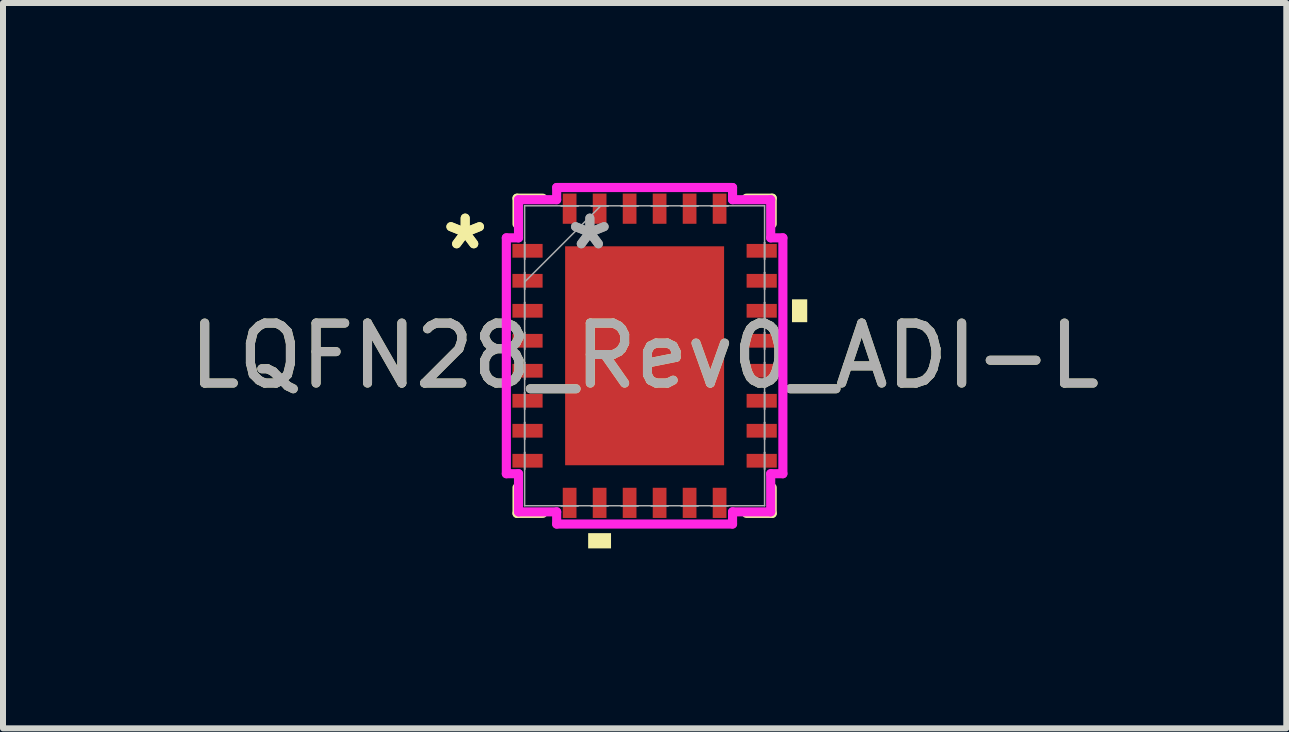
<source format=kicad_pcb>
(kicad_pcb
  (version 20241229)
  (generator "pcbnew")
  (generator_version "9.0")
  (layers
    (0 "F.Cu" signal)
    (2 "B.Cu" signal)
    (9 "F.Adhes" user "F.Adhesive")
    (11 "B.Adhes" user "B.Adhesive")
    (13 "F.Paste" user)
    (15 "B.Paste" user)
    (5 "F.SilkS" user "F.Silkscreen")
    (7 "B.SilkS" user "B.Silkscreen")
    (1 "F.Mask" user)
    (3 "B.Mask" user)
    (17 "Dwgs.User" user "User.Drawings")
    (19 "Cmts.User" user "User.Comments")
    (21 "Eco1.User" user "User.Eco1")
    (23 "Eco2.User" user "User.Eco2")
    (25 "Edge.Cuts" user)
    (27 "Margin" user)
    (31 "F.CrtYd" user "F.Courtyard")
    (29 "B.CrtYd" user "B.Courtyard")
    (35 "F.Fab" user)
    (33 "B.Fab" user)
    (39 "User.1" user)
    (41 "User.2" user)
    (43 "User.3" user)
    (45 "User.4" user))
  (footprint "LQFN28_Rev0_ADI-L"
    (layer "F.Cu")
    (at 7.696 2.881)
    (property "Reference" "LQFN28_Rev0_ADI-L" (at 0 0 0) (unlocked yes) (layer "F.SilkS") (effects (font (size 1 1) (thickness 0.15))))
    (attr smd)
    (fp_line (start -2.127 -2.627) (end -2.127 -2.197) (stroke (width 0.152) (type solid)) (layer "F.SilkS"))
    (fp_line (start -2.127 2.197) (end -2.127 2.627) (stroke (width 0.152) (type solid)) (layer "F.SilkS"))
    (fp_line (start -2.127 2.627) (end -1.697 2.627) (stroke (width 0.152) (type solid)) (layer "F.SilkS"))
    (fp_line (start -1.697 -2.627) (end -2.127 -2.627) (stroke (width 0.152) (type solid)) (layer "F.SilkS"))
    (fp_line (start 1.697 2.627) (end 2.127 2.627) (stroke (width 0.152) (type solid)) (layer "F.SilkS"))
    (fp_line (start 2.127 -2.627) (end 1.697 -2.627) (stroke (width 0.152) (type solid)) (layer "F.SilkS"))
    (fp_line (start 2.127 -2.197) (end 2.127 -2.627) (stroke (width 0.152) (type solid)) (layer "F.SilkS"))
    (fp_line (start 2.127 2.627) (end 2.127 2.197) (stroke (width 0.152) (type solid)) (layer "F.SilkS"))
    (fp_poly (pts (xy -0.941 2.957) (xy -0.941 3.211) (xy -0.56 3.211) (xy -0.56 2.957)) (stroke (width 0) (type solid)) (fill yes) (layer "F.SilkS"))
    (fp_poly (pts (xy 2.711 -0.941) (xy 2.711 -0.56) (xy 2.457 -0.56) (xy 2.457 -0.941)) (stroke (width 0) (type solid)) (fill yes) (layer "F.SilkS"))
    (fp_line (start -2.305 -1.966) (end -2.102 -1.966) (stroke (width 0.152) (type solid)) (layer "F.CrtYd"))
    (fp_line (start -2.305 1.966) (end -2.305 -1.966) (stroke (width 0.152) (type solid)) (layer "F.CrtYd"))
    (fp_line (start -2.102 -2.602) (end -1.466 -2.602) (stroke (width 0.152) (type solid)) (layer "F.CrtYd"))
    (fp_line (start -2.102 -1.966) (end -2.102 -2.602) (stroke (width 0.152) (type solid)) (layer "F.CrtYd"))
    (fp_line (start -2.102 1.966) (end -2.305 1.966) (stroke (width 0.152) (type solid)) (layer "F.CrtYd"))
    (fp_line (start -2.102 2.602) (end -2.102 1.966) (stroke (width 0.152) (type solid)) (layer "F.CrtYd"))
    (fp_line (start -1.466 -2.805) (end 1.466 -2.805) (stroke (width 0.152) (type solid)) (layer "F.CrtYd"))
    (fp_line (start -1.466 -2.602) (end -1.466 -2.805) (stroke (width 0.152) (type solid)) (layer "F.CrtYd"))
    (fp_line (start -1.466 2.602) (end -2.102 2.602) (stroke (width 0.152) (type solid)) (layer "F.CrtYd"))
    (fp_line (start -1.466 2.805) (end -1.466 2.602) (stroke (width 0.152) (type solid)) (layer "F.CrtYd"))
    (fp_line (start 1.466 -2.805) (end 1.466 -2.602) (stroke (width 0.152) (type solid)) (layer "F.CrtYd"))
    (fp_line (start 1.466 -2.602) (end 2.102 -2.602) (stroke (width 0.152) (type solid)) (layer "F.CrtYd"))
    (fp_line (start 1.466 2.602) (end 1.466 2.805) (stroke (width 0.152) (type solid)) (layer "F.CrtYd"))
    (fp_line (start 1.466 2.805) (end -1.466 2.805) (stroke (width 0.152) (type solid)) (layer "F.CrtYd"))
    (fp_line (start 2.102 -2.602) (end 2.102 -1.966) (stroke (width 0.152) (type solid)) (layer "F.CrtYd"))
    (fp_line (start 2.102 -1.966) (end 2.305 -1.966) (stroke (width 0.152) (type solid)) (layer "F.CrtYd"))
    (fp_line (start 2.102 1.966) (end 2.102 2.602) (stroke (width 0.152) (type solid)) (layer "F.CrtYd"))
    (fp_line (start 2.102 2.602) (end 1.466 2.602) (stroke (width 0.152) (type solid)) (layer "F.CrtYd"))
    (fp_line (start 2.305 -1.966) (end 2.305 1.966) (stroke (width 0.152) (type solid)) (layer "F.CrtYd"))
    (fp_line (start 2.305 1.966) (end 2.102 1.966) (stroke (width 0.152) (type solid)) (layer "F.CrtYd"))
    (fp_line (start -2 -2.5) (end -2 2.5) (stroke (width 0.025) (type solid)) (layer "F.Fab"))
    (fp_line (start -2 -1.89) (end -2 -1.89) (stroke (width 0.025) (type solid)) (layer "F.Fab"))
    (fp_line (start -2 -1.89) (end -2 -1.61) (stroke (width 0.025) (type solid)) (layer "F.Fab"))
    (fp_line (start -2 -1.61) (end -2 -1.89) (stroke (width 0.025) (type solid)) (layer "F.Fab"))
    (fp_line (start -2 -1.61) (end -2 -1.61) (stroke (width 0.025) (type solid)) (layer "F.Fab"))
    (fp_line (start -2 -1.39) (end -2 -1.39) (stroke (width 0.025) (type solid)) (layer "F.Fab"))
    (fp_line (start -2 -1.39) (end -2 -1.11) (stroke (width 0.025) (type solid)) (layer "F.Fab"))
    (fp_line (start -2 -1.23) (end -0.73 -2.5) (stroke (width 0.025) (type solid)) (layer "F.Fab"))
    (fp_line (start -2 -1.11) (end -2 -1.39) (stroke (width 0.025) (type solid)) (layer "F.Fab"))
    (fp_line (start -2 -1.11) (end -2 -1.11) (stroke (width 0.025) (type solid)) (layer "F.Fab"))
    (fp_line (start -2 -0.89) (end -2 -0.89) (stroke (width 0.025) (type solid)) (layer "F.Fab"))
    (fp_line (start -2 -0.89) (end -2 -0.61) (stroke (width 0.025) (type solid)) (layer "F.Fab"))
    (fp_line (start -2 -0.61) (end -2 -0.89) (stroke (width 0.025) (type solid)) (layer "F.Fab"))
    (fp_line (start -2 -0.61) (end -2 -0.61) (stroke (width 0.025) (type solid)) (layer "F.Fab"))
    (fp_line (start -2 -0.39) (end -2 -0.39) (stroke (width 0.025) (type solid)) (layer "F.Fab"))
    (fp_line (start -2 -0.39) (end -2 -0.11) (stroke (width 0.025) (type solid)) (layer "F.Fab"))
    (fp_line (start -2 -0.11) (end -2 -0.39) (stroke (width 0.025) (type solid)) (layer "F.Fab"))
    (fp_line (start -2 -0.11) (end -2 -0.11) (stroke (width 0.025) (type solid)) (layer "F.Fab"))
    (fp_line (start -2 0.11) (end -2 0.11) (stroke (width 0.025) (type solid)) (layer "F.Fab"))
    (fp_line (start -2 0.11) (end -2 0.39) (stroke (width 0.025) (type solid)) (layer "F.Fab"))
    (fp_line (start -2 0.39) (end -2 0.11) (stroke (width 0.025) (type solid)) (layer "F.Fab"))
    (fp_line (start -2 0.39) (end -2 0.39) (stroke (width 0.025) (type solid)) (layer "F.Fab"))
    (fp_line (start -2 0.61) (end -2 0.61) (stroke (width 0.025) (type solid)) (layer "F.Fab"))
    (fp_line (start -2 0.61) (end -2 0.89) (stroke (width 0.025) (type solid)) (layer "F.Fab"))
    (fp_line (start -2 0.89) (end -2 0.61) (stroke (width 0.025) (type solid)) (layer "F.Fab"))
    (fp_line (start -2 0.89) (end -2 0.89) (stroke (width 0.025) (type solid)) (layer "F.Fab"))
    (fp_line (start -2 1.11) (end -2 1.11) (stroke (width 0.025) (type solid)) (layer "F.Fab"))
    (fp_line (start -2 1.11) (end -2 1.39) (stroke (width 0.025) (type solid)) (layer "F.Fab"))
    (fp_line (start -2 1.39) (end -2 1.11) (stroke (width 0.025) (type solid)) (layer "F.Fab"))
    (fp_line (start -2 1.39) (end -2 1.39) (stroke (width 0.025) (type solid)) (layer "F.Fab"))
    (fp_line (start -2 1.61) (end -2 1.61) (stroke (width 0.025) (type solid)) (layer "F.Fab"))
    (fp_line (start -2 1.61) (end -2 1.89) (stroke (width 0.025) (type solid)) (layer "F.Fab"))
    (fp_line (start -2 1.89) (end -2 1.61) (stroke (width 0.025) (type solid)) (layer "F.Fab"))
    (fp_line (start -2 1.89) (end -2 1.89) (stroke (width 0.025) (type solid)) (layer "F.Fab"))
    (fp_line (start -2 2.5) (end 2 2.5) (stroke (width 0.025) (type solid)) (layer "F.Fab"))
    (fp_line (start -1.39 -2.5) (end -1.39 -2.5) (stroke (width 0.025) (type solid)) (layer "F.Fab"))
    (fp_line (start -1.39 -2.5) (end -1.11 -2.5) (stroke (width 0.025) (type solid)) (layer "F.Fab"))
    (fp_line (start -1.39 2.5) (end -1.39 2.5) (stroke (width 0.025) (type solid)) (layer "F.Fab"))
    (fp_line (start -1.39 2.5) (end -1.11 2.5) (stroke (width 0.025) (type solid)) (layer "F.Fab"))
    (fp_line (start -1.11 -2.5) (end -1.39 -2.5) (stroke (width 0.025) (type solid)) (layer "F.Fab"))
    (fp_line (start -1.11 -2.5) (end -1.11 -2.5) (stroke (width 0.025) (type solid)) (layer "F.Fab"))
    (fp_line (start -1.11 2.5) (end -1.39 2.5) (stroke (width 0.025) (type solid)) (layer "F.Fab"))
    (fp_line (start -1.11 2.5) (end -1.11 2.5) (stroke (width 0.025) (type solid)) (layer "F.Fab"))
    (fp_line (start -0.89 -2.5) (end -0.89 -2.5) (stroke (width 0.025) (type solid)) (layer "F.Fab"))
    (fp_line (start -0.89 -2.5) (end -0.61 -2.5) (stroke (width 0.025) (type solid)) (layer "F.Fab"))
    (fp_line (start -0.89 2.5) (end -0.89 2.5) (stroke (width 0.025) (type solid)) (layer "F.Fab"))
    (fp_line (start -0.89 2.5) (end -0.61 2.5) (stroke (width 0.025) (type solid)) (layer "F.Fab"))
    (fp_line (start -0.61 -2.5) (end -0.89 -2.5) (stroke (width 0.025) (type solid)) (layer "F.Fab"))
    (fp_line (start -0.61 -2.5) (end -0.61 -2.5) (stroke (width 0.025) (type solid)) (layer "F.Fab"))
    (fp_line (start -0.61 2.5) (end -0.89 2.5) (stroke (width 0.025) (type solid)) (layer "F.Fab"))
    (fp_line (start -0.61 2.5) (end -0.61 2.5) (stroke (width 0.025) (type solid)) (layer "F.Fab"))
    (fp_line (start -0.39 -2.5) (end -0.39 -2.5) (stroke (width 0.025) (type solid)) (layer "F.Fab"))
    (fp_line (start -0.39 -2.5) (end -0.11 -2.5) (stroke (width 0.025) (type solid)) (layer "F.Fab"))
    (fp_line (start -0.39 2.5) (end -0.39 2.5) (stroke (width 0.025) (type solid)) (layer "F.Fab"))
    (fp_line (start -0.39 2.5) (end -0.11 2.5) (stroke (width 0.025) (type solid)) (layer "F.Fab"))
    (fp_line (start -0.11 -2.5) (end -0.39 -2.5) (stroke (width 0.025) (type solid)) (layer "F.Fab"))
    (fp_line (start -0.11 -2.5) (end -0.11 -2.5) (stroke (width 0.025) (type solid)) (layer "F.Fab"))
    (fp_line (start -0.11 2.5) (end -0.39 2.5) (stroke (width 0.025) (type solid)) (layer "F.Fab"))
    (fp_line (start -0.11 2.5) (end -0.11 2.5) (stroke (width 0.025) (type solid)) (layer "F.Fab"))
    (fp_line (start 0.11 -2.5) (end 0.11 -2.5) (stroke (width 0.025) (type solid)) (layer "F.Fab"))
    (fp_line (start 0.11 -2.5) (end 0.39 -2.5) (stroke (width 0.025) (type solid)) (layer "F.Fab"))
    (fp_line (start 0.11 2.5) (end 0.11 2.5) (stroke (width 0.025) (type solid)) (layer "F.Fab"))
    (fp_line (start 0.11 2.5) (end 0.39 2.5) (stroke (width 0.025) (type solid)) (layer "F.Fab"))
    (fp_line (start 0.39 -2.5) (end 0.11 -2.5) (stroke (width 0.025) (type solid)) (layer "F.Fab"))
    (fp_line (start 0.39 -2.5) (end 0.39 -2.5) (stroke (width 0.025) (type solid)) (layer "F.Fab"))
    (fp_line (start 0.39 2.5) (end 0.11 2.5) (stroke (width 0.025) (type solid)) (layer "F.Fab"))
    (fp_line (start 0.39 2.5) (end 0.39 2.5) (stroke (width 0.025) (type solid)) (layer "F.Fab"))
    (fp_line (start 0.61 -2.5) (end 0.61 -2.5) (stroke (width 0.025) (type solid)) (layer "F.Fab"))
    (fp_line (start 0.61 -2.5) (end 0.89 -2.5) (stroke (width 0.025) (type solid)) (layer "F.Fab"))
    (fp_line (start 0.61 2.5) (end 0.61 2.5) (stroke (width 0.025) (type solid)) (layer "F.Fab"))
    (fp_line (start 0.61 2.5) (end 0.89 2.5) (stroke (width 0.025) (type solid)) (layer "F.Fab"))
    (fp_line (start 0.89 -2.5) (end 0.61 -2.5) (stroke (width 0.025) (type solid)) (layer "F.Fab"))
    (fp_line (start 0.89 -2.5) (end 0.89 -2.5) (stroke (width 0.025) (type solid)) (layer "F.Fab"))
    (fp_line (start 0.89 2.5) (end 0.61 2.5) (stroke (width 0.025) (type solid)) (layer "F.Fab"))
    (fp_line (start 0.89 2.5) (end 0.89 2.5) (stroke (width 0.025) (type solid)) (layer "F.Fab"))
    (fp_line (start 1.11 -2.5) (end 1.11 -2.5) (stroke (width 0.025) (type solid)) (layer "F.Fab"))
    (fp_line (start 1.11 -2.5) (end 1.39 -2.5) (stroke (width 0.025) (type solid)) (layer "F.Fab"))
    (fp_line (start 1.11 2.5) (end 1.11 2.5) (stroke (width 0.025) (type solid)) (layer "F.Fab"))
    (fp_line (start 1.11 2.5) (end 1.39 2.5) (stroke (width 0.025) (type solid)) (layer "F.Fab"))
    (fp_line (start 1.39 -2.5) (end 1.11 -2.5) (stroke (width 0.025) (type solid)) (layer "F.Fab"))
    (fp_line (start 1.39 -2.5) (end 1.39 -2.5) (stroke (width 0.025) (type solid)) (layer "F.Fab"))
    (fp_line (start 1.39 2.5) (end 1.11 2.5) (stroke (width 0.025) (type solid)) (layer "F.Fab"))
    (fp_line (start 1.39 2.5) (end 1.39 2.5) (stroke (width 0.025) (type solid)) (layer "F.Fab"))
    (fp_line (start 2 -2.5) (end -2 -2.5) (stroke (width 0.025) (type solid)) (layer "F.Fab"))
    (fp_line (start 2 -1.89) (end 2 -1.89) (stroke (width 0.025) (type solid)) (layer "F.Fab"))
    (fp_line (start 2 -1.89) (end 2 -1.61) (stroke (width 0.025) (type solid)) (layer "F.Fab"))
    (fp_line (start 2 -1.61) (end 2 -1.89) (stroke (width 0.025) (type solid)) (layer "F.Fab"))
    (fp_line (start 2 -1.61) (end 2 -1.61) (stroke (width 0.025) (type solid)) (layer "F.Fab"))
    (fp_line (start 2 -1.39) (end 2 -1.39) (stroke (width 0.025) (type solid)) (layer "F.Fab"))
    (fp_line (start 2 -1.39) (end 2 -1.11) (stroke (width 0.025) (type solid)) (layer "F.Fab"))
    (fp_line (start 2 -1.11) (end 2 -1.39) (stroke (width 0.025) (type solid)) (layer "F.Fab"))
    (fp_line (start 2 -1.11) (end 2 -1.11) (stroke (width 0.025) (type solid)) (layer "F.Fab"))
    (fp_line (start 2 -0.89) (end 2 -0.89) (stroke (width 0.025) (type solid)) (layer "F.Fab"))
    (fp_line (start 2 -0.89) (end 2 -0.61) (stroke (width 0.025) (type solid)) (layer "F.Fab"))
    (fp_line (start 2 -0.61) (end 2 -0.89) (stroke (width 0.025) (type solid)) (layer "F.Fab"))
    (fp_line (start 2 -0.61) (end 2 -0.61) (stroke (width 0.025) (type solid)) (layer "F.Fab"))
    (fp_line (start 2 -0.39) (end 2 -0.39) (stroke (width 0.025) (type solid)) (layer "F.Fab"))
    (fp_line (start 2 -0.39) (end 2 -0.11) (stroke (width 0.025) (type solid)) (layer "F.Fab"))
    (fp_line (start 2 -0.11) (end 2 -0.39) (stroke (width 0.025) (type solid)) (layer "F.Fab"))
    (fp_line (start 2 -0.11) (end 2 -0.11) (stroke (width 0.025) (type solid)) (layer "F.Fab"))
    (fp_line (start 2 0.11) (end 2 0.11) (stroke (width 0.025) (type solid)) (layer "F.Fab"))
    (fp_line (start 2 0.11) (end 2 0.39) (stroke (width 0.025) (type solid)) (layer "F.Fab"))
    (fp_line (start 2 0.39) (end 2 0.11) (stroke (width 0.025) (type solid)) (layer "F.Fab"))
    (fp_line (start 2 0.39) (end 2 0.39) (stroke (width 0.025) (type solid)) (layer "F.Fab"))
    (fp_line (start 2 0.61) (end 2 0.61) (stroke (width 0.025) (type solid)) (layer "F.Fab"))
    (fp_line (start 2 0.61) (end 2 0.89) (stroke (width 0.025) (type solid)) (layer "F.Fab"))
    (fp_line (start 2 0.89) (end 2 0.61) (stroke (width 0.025) (type solid)) (layer "F.Fab"))
    (fp_line (start 2 0.89) (end 2 0.89) (stroke (width 0.025) (type solid)) (layer "F.Fab"))
    (fp_line (start 2 1.11) (end 2 1.11) (stroke (width 0.025) (type solid)) (layer "F.Fab"))
    (fp_line (start 2 1.11) (end 2 1.39) (stroke (width 0.025) (type solid)) (layer "F.Fab"))
    (fp_line (start 2 1.39) (end 2 1.11) (stroke (width 0.025) (type solid)) (layer "F.Fab"))
    (fp_line (start 2 1.39) (end 2 1.39) (stroke (width 0.025) (type solid)) (layer "F.Fab"))
    (fp_line (start 2 1.61) (end 2 1.61) (stroke (width 0.025) (type solid)) (layer "F.Fab"))
    (fp_line (start 2 1.61) (end 2 1.89) (stroke (width 0.025) (type solid)) (layer "F.Fab"))
    (fp_line (start 2 1.89) (end 2 1.61) (stroke (width 0.025) (type solid)) (layer "F.Fab"))
    (fp_line (start 2 1.89) (end 2 1.89) (stroke (width 0.025) (type solid)) (layer "F.Fab"))
    (fp_line (start 2 2.5) (end 2 -2.5) (stroke (width 0.025) (type solid)) (layer "F.Fab"))
    (fp_text user "*" (at -2.991 -1.75 0) (unlocked yes) (layer "F.SilkS") (effects (font (size 1 1) (thickness 0.15))))
    (fp_text user "*" (at -2.991 -1.75 0) (layer "F.SilkS") (effects (font (size 1 1) (thickness 0.15))))
    (fp_text user "*" (at -0.913 -1.75 0) (unlocked yes) (layer "F.Fab") (effects (font (size 1 1) (thickness 0.15))))
    (fp_text user "${REFERENCE}" (at 0 0 0) (unlocked yes) (layer "F.Fab") (effects (font (size 1 1) (thickness 0.15))))
    (fp_text user "*" (at -0.913 -1.75 0) (layer "F.Fab") (effects (font (size 1 1) (thickness 0.15))))
    (pad "1" smd rect (at -1.952 -1.75 90) (size 0.229 0.503) (layers "F.Cu" "F.Mask" "F.Paste"))
    (pad "2" smd rect (at -1.952 -1.25 90) (size 0.229 0.503) (layers "F.Cu" "F.Mask" "F.Paste"))
    (pad "3" smd rect (at -1.952 -0.75 90) (size 0.229 0.503) (layers "F.Cu" "F.Mask" "F.Paste"))
    (pad "4" smd rect (at -1.952 -0.25 90) (size 0.229 0.503) (layers "F.Cu" "F.Mask" "F.Paste"))
    (pad "5" smd rect (at -1.952 0.25 90) (size 0.229 0.503) (layers "F.Cu" "F.Mask" "F.Paste"))
    (pad "6" smd rect (at -1.952 0.75 90) (size 0.229 0.503) (layers "F.Cu" "F.Mask" "F.Paste"))
    (pad "7" smd rect (at -1.952 1.25 90) (size 0.229 0.503) (layers "F.Cu" "F.Mask" "F.Paste"))
    (pad "8" smd rect (at -1.952 1.75 90) (size 0.229 0.503) (layers "F.Cu" "F.Mask" "F.Paste"))
    (pad "9" smd rect (at -1.25 2.452) (size 0.229 0.503) (layers "F.Cu" "F.Mask" "F.Paste"))
    (pad "10" smd rect (at -0.75 2.452) (size 0.229 0.503) (layers "F.Cu" "F.Mask" "F.Paste"))
    (pad "11" smd rect (at -0.25 2.452) (size 0.229 0.503) (layers "F.Cu" "F.Mask" "F.Paste"))
    (pad "12" smd rect (at 0.25 2.452) (size 0.229 0.503) (layers "F.Cu" "F.Mask" "F.Paste"))
    (pad "13" smd rect (at 0.75 2.452) (size 0.229 0.503) (layers "F.Cu" "F.Mask" "F.Paste"))
    (pad "14" smd rect (at 1.25 2.452) (size 0.229 0.503) (layers "F.Cu" "F.Mask" "F.Paste"))
    (pad "15" smd rect (at 1.952 1.75 90) (size 0.229 0.503) (layers "F.Cu" "F.Mask" "F.Paste"))
    (pad "16" smd rect (at 1.952 1.25 90) (size 0.229 0.503) (layers "F.Cu" "F.Mask" "F.Paste"))
    (pad "17" smd rect (at 1.952 0.75 90) (size 0.229 0.503) (layers "F.Cu" "F.Mask" "F.Paste"))
    (pad "18" smd rect (at 1.952 0.25 90) (size 0.229 0.503) (layers "F.Cu" "F.Mask" "F.Paste"))
    (pad "19" smd rect (at 1.952 -0.25 90) (size 0.229 0.503) (layers "F.Cu" "F.Mask" "F.Paste"))
    (pad "20" smd rect (at 1.952 -0.75 90) (size 0.229 0.503) (layers "F.Cu" "F.Mask" "F.Paste"))
    (pad "21" smd rect (at 1.952 -1.25 90) (size 0.229 0.503) (layers "F.Cu" "F.Mask" "F.Paste"))
    (pad "22" smd rect (at 1.952 -1.75 90) (size 0.229 0.503) (layers "F.Cu" "F.Mask" "F.Paste"))
    (pad "23" smd rect (at 1.25 -2.452) (size 0.229 0.503) (layers "F.Cu" "F.Mask" "F.Paste"))
    (pad "24" smd rect (at 0.75 -2.452) (size 0.229 0.503) (layers "F.Cu" "F.Mask" "F.Paste"))
    (pad "25" smd rect (at 0.25 -2.452) (size 0.229 0.503) (layers "F.Cu" "F.Mask" "F.Paste"))
    (pad "26" smd rect (at -0.25 -2.452) (size 0.229 0.503) (layers "F.Cu" "F.Mask" "F.Paste"))
    (pad "27" smd rect (at -0.75 -2.452) (size 0.229 0.503) (layers "F.Cu" "F.Mask" "F.Paste"))
    (pad "28" smd rect (at -1.25 -2.452) (size 0.229 0.503) (layers "F.Cu" "F.Mask" "F.Paste"))
    (pad "29" smd rect (at 0 0) (size 2.65 3.65) (layers "F.Cu" "F.Mask" "F.Paste")))
  (gr_rect
    (start -3 -3)
    (end 18.393 9.092)
    (stroke (width 0.1) (type default))
    (fill no)
    (layer "Edge.Cuts")))
</source>
